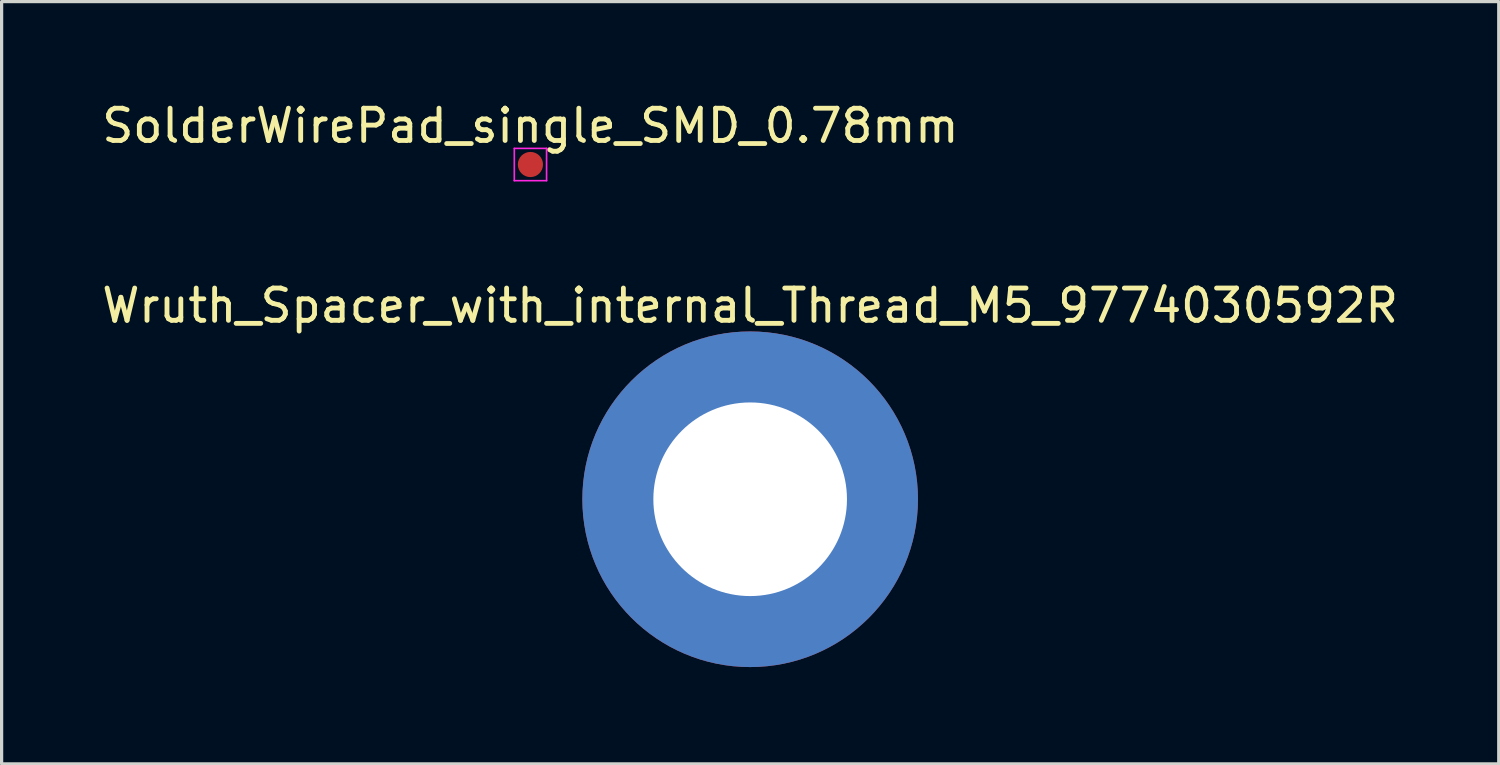
<source format=kicad_pcb>
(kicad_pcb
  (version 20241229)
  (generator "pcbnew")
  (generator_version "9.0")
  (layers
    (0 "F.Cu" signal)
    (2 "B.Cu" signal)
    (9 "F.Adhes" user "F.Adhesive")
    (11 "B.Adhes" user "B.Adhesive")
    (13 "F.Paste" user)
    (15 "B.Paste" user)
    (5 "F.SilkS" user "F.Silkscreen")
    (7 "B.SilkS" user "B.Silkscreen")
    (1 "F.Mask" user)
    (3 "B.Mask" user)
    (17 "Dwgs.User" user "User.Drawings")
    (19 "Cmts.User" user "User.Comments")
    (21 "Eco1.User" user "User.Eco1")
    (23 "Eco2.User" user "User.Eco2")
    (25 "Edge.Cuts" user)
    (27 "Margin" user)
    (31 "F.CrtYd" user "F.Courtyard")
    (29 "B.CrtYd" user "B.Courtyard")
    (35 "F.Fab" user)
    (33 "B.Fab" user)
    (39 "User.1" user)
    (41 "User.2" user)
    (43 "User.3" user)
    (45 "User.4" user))
  (footprint "Wruth_Spacer_with_internal_Thread_M5_9774030592R"
    (layer "F.Cu")
    (at 20.196 12.421)
    (property "Reference" "Wruth_Spacer_with_internal_Thread_M5_9774030592R" (at 0 -6 0) (unlocked yes) (layer "F.SilkS") (effects (font (size 1 1) (thickness 0.15))))
    (attr through_hole)
    (pad "1" thru_hole circle (at 0 0) (size 10.4 10.4) (drill 6) (layers "*.Cu" "*.Mask")))
  (footprint "SolderWirePad_single_SMD_0.78mm"
    (layer "F.Cu")
    (at 13.387 2.048)
    (property "Reference" "SolderWirePad_single_SMD_0.78mm" (at 0 -1.2 0) (layer "F.SilkS") (effects (font (size 1 1) (thickness 0.15))))
    (attr smd)
    (fp_line (start -0.5 -0.5) (end -0.5 0.5) (stroke (width 0.05) (type solid)) (layer "F.CrtYd"))
    (fp_line (start -0.5 0.5) (end 0.5 0.5) (stroke (width 0.05) (type solid)) (layer "F.CrtYd"))
    (fp_line (start 0.5 -0.5) (end -0.5 -0.5) (stroke (width 0.05) (type solid)) (layer "F.CrtYd"))
    (fp_line (start 0.5 0.5) (end 0.5 -0.5) (stroke (width 0.05) (type solid)) (layer "F.CrtYd"))
    (pad "1" smd circle (at 0 0) (size 0.78 0.78) (layers "F.Cu" "F.Mask" "F.Paste")))
  (gr_rect
    (start -3 -3)
    (end 43.393 20.622)
    (stroke (width 0.1) (type default))
    (fill no)
    (layer "Edge.Cuts")))
</source>
